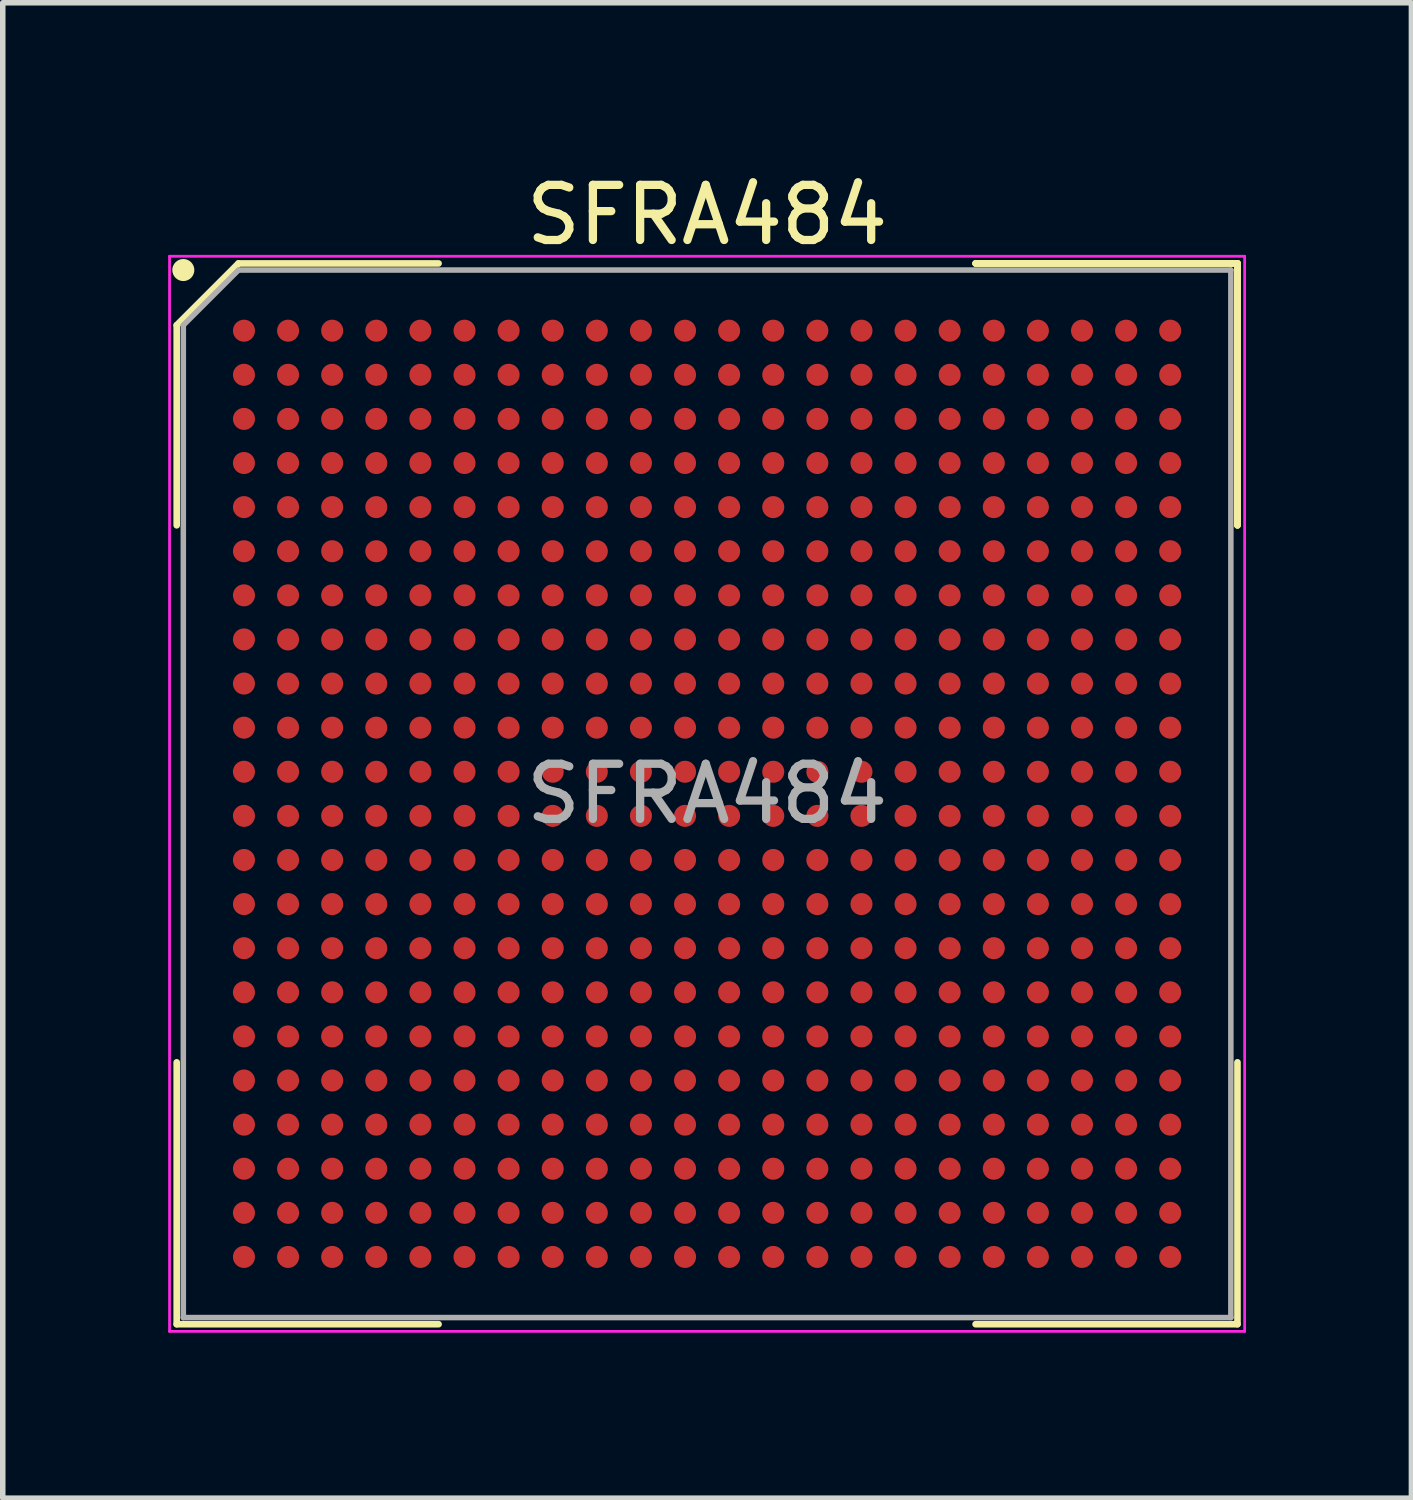
<source format=kicad_pcb>
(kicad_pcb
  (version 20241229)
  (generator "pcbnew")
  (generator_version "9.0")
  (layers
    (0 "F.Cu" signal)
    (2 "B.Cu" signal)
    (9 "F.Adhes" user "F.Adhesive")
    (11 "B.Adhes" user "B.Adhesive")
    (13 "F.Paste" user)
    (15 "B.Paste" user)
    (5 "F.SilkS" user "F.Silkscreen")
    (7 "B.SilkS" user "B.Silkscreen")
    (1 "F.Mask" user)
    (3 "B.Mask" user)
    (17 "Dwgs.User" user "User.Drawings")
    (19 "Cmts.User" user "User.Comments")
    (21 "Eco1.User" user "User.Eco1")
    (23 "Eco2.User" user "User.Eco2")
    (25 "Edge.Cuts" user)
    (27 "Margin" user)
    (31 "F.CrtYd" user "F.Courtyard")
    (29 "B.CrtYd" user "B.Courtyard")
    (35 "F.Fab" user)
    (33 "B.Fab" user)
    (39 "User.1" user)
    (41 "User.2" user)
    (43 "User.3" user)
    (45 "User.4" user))
  (footprint "SFRA484"
    (layer "F.Cu")
    (at 9.775 11.348)
    (property "Reference" "SFRA484" (at 0 -10.5 0) (layer "F.SilkS") (effects (font (size 1 1) (thickness 0.15))))
    (attr smd)
    (fp_line (start -9.62 -8.5) (end -9.62 -4.87) (stroke (width 0.12) (type solid)) (layer "F.SilkS"))
    (fp_line (start -9.62 9.62) (end -9.62 4.87) (stroke (width 0.12) (type solid)) (layer "F.SilkS"))
    (fp_line (start -8.5 -9.62) (end -9.62 -8.5) (stroke (width 0.12) (type solid)) (layer "F.SilkS"))
    (fp_line (start -4.87 -9.62) (end -8.5 -9.62) (stroke (width 0.12) (type solid)) (layer "F.SilkS"))
    (fp_line (start -4.87 9.62) (end -9.62 9.62) (stroke (width 0.12) (type solid)) (layer "F.SilkS"))
    (fp_line (start 4.87 -9.62) (end 9.62 -9.62) (stroke (width 0.12) (type solid)) (layer "F.SilkS"))
    (fp_line (start 4.87 -9.62) (end 9.62 -9.62) (stroke (width 0.12) (type solid)) (layer "F.SilkS"))
    (fp_line (start 4.87 -9.62) (end 9.62 -9.62) (stroke (width 0.12) (type solid)) (layer "F.SilkS"))
    (fp_line (start 4.87 9.62) (end 9.62 9.62) (stroke (width 0.12) (type solid)) (layer "F.SilkS"))
    (fp_line (start 9.62 -9.62) (end 9.62 -4.87) (stroke (width 0.12) (type solid)) (layer "F.SilkS"))
    (fp_line (start 9.62 -9.62) (end 9.62 -4.87) (stroke (width 0.12) (type solid)) (layer "F.SilkS"))
    (fp_line (start 9.62 -9.62) (end 9.62 -4.87) (stroke (width 0.12) (type solid)) (layer "F.SilkS"))
    (fp_line (start 9.62 9.62) (end 9.62 4.87) (stroke (width 0.12) (type solid)) (layer "F.SilkS"))
    (fp_circle (center -9.5 -9.5) (end -9.5 -9.4) (stroke (width 0.2) (type solid)) (fill no) (layer "F.SilkS"))
    (fp_line (start -9.75 -9.75) (end 9.75 -9.75) (stroke (width 0.05) (type solid)) (layer "F.CrtYd"))
    (fp_line (start -9.75 9.75) (end -9.75 -9.75) (stroke (width 0.05) (type solid)) (layer "F.CrtYd"))
    (fp_line (start 9.75 -9.75) (end 9.75 9.75) (stroke (width 0.05) (type solid)) (layer "F.CrtYd"))
    (fp_line (start 9.75 9.75) (end -9.75 9.75) (stroke (width 0.05) (type solid)) (layer "F.CrtYd"))
    (fp_line (start -9.5 -8.5) (end -9.5 9.5) (stroke (width 0.1) (type solid)) (layer "F.Fab"))
    (fp_line (start -9.5 9.5) (end 9.5 9.5) (stroke (width 0.1) (type solid)) (layer "F.Fab"))
    (fp_line (start -8.5 -9.5) (end -9.5 -8.5) (stroke (width 0.1) (type solid)) (layer "F.Fab"))
    (fp_line (start 9.5 -9.5) (end -8.5 -9.5) (stroke (width 0.1) (type solid)) (layer "F.Fab"))
    (fp_line (start 9.5 9.5) (end 9.5 -9.5) (stroke (width 0.1) (type solid)) (layer "F.Fab"))
    (fp_text user "${REFERENCE}" (at 0 0 0) (layer "F.Fab") (effects (font (size 1 1) (thickness 0.15))))
    (pad "A1" smd circle (at -8.4 -8.4) (size 0.4 0.4) (layers "F.Cu" "F.Mask" "F.Paste"))
    (pad "A2" smd circle (at -7.6 -8.4) (size 0.4 0.4) (layers "F.Cu" "F.Mask" "F.Paste"))
    (pad "A3" smd circle (at -6.8 -8.4) (size 0.4 0.4) (layers "F.Cu" "F.Mask" "F.Paste"))
    (pad "A4" smd circle (at -6 -8.4) (size 0.4 0.4) (layers "F.Cu" "F.Mask" "F.Paste"))
    (pad "A5" smd circle (at -5.2 -8.4) (size 0.4 0.4) (layers "F.Cu" "F.Mask" "F.Paste"))
    (pad "A6" smd circle (at -4.4 -8.4) (size 0.4 0.4) (layers "F.Cu" "F.Mask" "F.Paste"))
    (pad "A7" smd circle (at -3.6 -8.4) (size 0.4 0.4) (layers "F.Cu" "F.Mask" "F.Paste"))
    (pad "A8" smd circle (at -2.8 -8.4) (size 0.4 0.4) (layers "F.Cu" "F.Mask" "F.Paste"))
    (pad "A9" smd circle (at -2 -8.4) (size 0.4 0.4) (layers "F.Cu" "F.Mask" "F.Paste"))
    (pad "A10" smd circle (at -1.2 -8.4) (size 0.4 0.4) (layers "F.Cu" "F.Mask" "F.Paste"))
    (pad "A11" smd circle (at -0.4 -8.4) (size 0.4 0.4) (layers "F.Cu" "F.Mask" "F.Paste"))
    (pad "A12" smd circle (at 0.4 -8.4) (size 0.4 0.4) (layers "F.Cu" "F.Mask" "F.Paste"))
    (pad "A13" smd circle (at 1.2 -8.4) (size 0.4 0.4) (layers "F.Cu" "F.Mask" "F.Paste"))
    (pad "A14" smd circle (at 2 -8.4) (size 0.4 0.4) (layers "F.Cu" "F.Mask" "F.Paste"))
    (pad "A15" smd circle (at 2.8 -8.4) (size 0.4 0.4) (layers "F.Cu" "F.Mask" "F.Paste"))
    (pad "A16" smd circle (at 3.6 -8.4) (size 0.4 0.4) (layers "F.Cu" "F.Mask" "F.Paste"))
    (pad "A17" smd circle (at 4.4 -8.4) (size 0.4 0.4) (layers "F.Cu" "F.Mask" "F.Paste"))
    (pad "A18" smd circle (at 5.2 -8.4) (size 0.4 0.4) (layers "F.Cu" "F.Mask" "F.Paste"))
    (pad "A19" smd circle (at 6 -8.4) (size 0.4 0.4) (layers "F.Cu" "F.Mask" "F.Paste"))
    (pad "A20" smd circle (at 6.8 -8.4) (size 0.4 0.4) (layers "F.Cu" "F.Mask" "F.Paste"))
    (pad "A21" smd circle (at 7.6 -8.4) (size 0.4 0.4) (layers "F.Cu" "F.Mask" "F.Paste"))
    (pad "A22" smd circle (at 8.4 -8.4) (size 0.4 0.4) (layers "F.Cu" "F.Mask" "F.Paste"))
    (pad "AA1" smd circle (at -8.4 7.6) (size 0.4 0.4) (layers "F.Cu" "F.Mask" "F.Paste"))
    (pad "AA2" smd circle (at -7.6 7.6) (size 0.4 0.4) (layers "F.Cu" "F.Mask" "F.Paste"))
    (pad "AA3" smd circle (at -6.8 7.6) (size 0.4 0.4) (layers "F.Cu" "F.Mask" "F.Paste"))
    (pad "AA4" smd circle (at -6 7.6) (size 0.4 0.4) (layers "F.Cu" "F.Mask" "F.Paste"))
    (pad "AA5" smd circle (at -5.2 7.6) (size 0.4 0.4) (layers "F.Cu" "F.Mask" "F.Paste"))
    (pad "AA6" smd circle (at -4.4 7.6) (size 0.4 0.4) (layers "F.Cu" "F.Mask" "F.Paste"))
    (pad "AA7" smd circle (at -3.6 7.6) (size 0.4 0.4) (layers "F.Cu" "F.Mask" "F.Paste"))
    (pad "AA8" smd circle (at -2.8 7.6) (size 0.4 0.4) (layers "F.Cu" "F.Mask" "F.Paste"))
    (pad "AA9" smd circle (at -2 7.6) (size 0.4 0.4) (layers "F.Cu" "F.Mask" "F.Paste"))
    (pad "AA10" smd circle (at -1.2 7.6) (size 0.4 0.4) (layers "F.Cu" "F.Mask" "F.Paste"))
    (pad "AA11" smd circle (at -0.4 7.6) (size 0.4 0.4) (layers "F.Cu" "F.Mask" "F.Paste"))
    (pad "AA12" smd circle (at 0.4 7.6) (size 0.4 0.4) (layers "F.Cu" "F.Mask" "F.Paste"))
    (pad "AA13" smd circle (at 1.2 7.6) (size 0.4 0.4) (layers "F.Cu" "F.Mask" "F.Paste"))
    (pad "AA14" smd circle (at 2 7.6) (size 0.4 0.4) (layers "F.Cu" "F.Mask" "F.Paste"))
    (pad "AA15" smd circle (at 2.8 7.6) (size 0.4 0.4) (layers "F.Cu" "F.Mask" "F.Paste"))
    (pad "AA16" smd circle (at 3.6 7.6) (size 0.4 0.4) (layers "F.Cu" "F.Mask" "F.Paste"))
    (pad "AA17" smd circle (at 4.4 7.6) (size 0.4 0.4) (layers "F.Cu" "F.Mask" "F.Paste"))
    (pad "AA18" smd circle (at 5.2 7.6) (size 0.4 0.4) (layers "F.Cu" "F.Mask" "F.Paste"))
    (pad "AA19" smd circle (at 6 7.6) (size 0.4 0.4) (layers "F.Cu" "F.Mask" "F.Paste"))
    (pad "AA20" smd circle (at 6.8 7.6) (size 0.4 0.4) (layers "F.Cu" "F.Mask" "F.Paste"))
    (pad "AA21" smd circle (at 7.6 7.6) (size 0.4 0.4) (layers "F.Cu" "F.Mask" "F.Paste"))
    (pad "AA22" smd circle (at 8.4 7.6) (size 0.4 0.4) (layers "F.Cu" "F.Mask" "F.Paste"))
    (pad "AB1" smd circle (at -8.4 8.4) (size 0.4 0.4) (layers "F.Cu" "F.Mask" "F.Paste"))
    (pad "AB2" smd circle (at -7.6 8.4) (size 0.4 0.4) (layers "F.Cu" "F.Mask" "F.Paste"))
    (pad "AB3" smd circle (at -6.8 8.4) (size 0.4 0.4) (layers "F.Cu" "F.Mask" "F.Paste"))
    (pad "AB4" smd circle (at -6 8.4) (size 0.4 0.4) (layers "F.Cu" "F.Mask" "F.Paste"))
    (pad "AB5" smd circle (at -5.2 8.4) (size 0.4 0.4) (layers "F.Cu" "F.Mask" "F.Paste"))
    (pad "AB6" smd circle (at -4.4 8.4) (size 0.4 0.4) (layers "F.Cu" "F.Mask" "F.Paste"))
    (pad "AB7" smd circle (at -3.6 8.4) (size 0.4 0.4) (layers "F.Cu" "F.Mask" "F.Paste"))
    (pad "AB8" smd circle (at -2.8 8.4) (size 0.4 0.4) (layers "F.Cu" "F.Mask" "F.Paste"))
    (pad "AB9" smd circle (at -2 8.4) (size 0.4 0.4) (layers "F.Cu" "F.Mask" "F.Paste"))
    (pad "AB10" smd circle (at -1.2 8.4) (size 0.4 0.4) (layers "F.Cu" "F.Mask" "F.Paste"))
    (pad "AB11" smd circle (at -0.4 8.4) (size 0.4 0.4) (layers "F.Cu" "F.Mask" "F.Paste"))
    (pad "AB12" smd circle (at 0.4 8.4) (size 0.4 0.4) (layers "F.Cu" "F.Mask" "F.Paste"))
    (pad "AB13" smd circle (at 1.2 8.4) (size 0.4 0.4) (layers "F.Cu" "F.Mask" "F.Paste"))
    (pad "AB14" smd circle (at 2 8.4) (size 0.4 0.4) (layers "F.Cu" "F.Mask" "F.Paste"))
    (pad "AB15" smd circle (at 2.8 8.4) (size 0.4 0.4) (layers "F.Cu" "F.Mask" "F.Paste"))
    (pad "AB16" smd circle (at 3.6 8.4) (size 0.4 0.4) (layers "F.Cu" "F.Mask" "F.Paste"))
    (pad "AB17" smd circle (at 4.4 8.4) (size 0.4 0.4) (layers "F.Cu" "F.Mask" "F.Paste"))
    (pad "AB18" smd circle (at 5.2 8.4) (size 0.4 0.4) (layers "F.Cu" "F.Mask" "F.Paste"))
    (pad "AB19" smd circle (at 6 8.4) (size 0.4 0.4) (layers "F.Cu" "F.Mask" "F.Paste"))
    (pad "AB20" smd circle (at 6.8 8.4) (size 0.4 0.4) (layers "F.Cu" "F.Mask" "F.Paste"))
    (pad "AB21" smd circle (at 7.6 8.4) (size 0.4 0.4) (layers "F.Cu" "F.Mask" "F.Paste"))
    (pad "AB22" smd circle (at 8.4 8.4) (size 0.4 0.4) (layers "F.Cu" "F.Mask" "F.Paste"))
    (pad "B1" smd circle (at -8.4 -7.6) (size 0.4 0.4) (layers "F.Cu" "F.Mask" "F.Paste"))
    (pad "B2" smd circle (at -7.6 -7.6) (size 0.4 0.4) (layers "F.Cu" "F.Mask" "F.Paste"))
    (pad "B3" smd circle (at -6.8 -7.6) (size 0.4 0.4) (layers "F.Cu" "F.Mask" "F.Paste"))
    (pad "B4" smd circle (at -6 -7.6) (size 0.4 0.4) (layers "F.Cu" "F.Mask" "F.Paste"))
    (pad "B5" smd circle (at -5.2 -7.6) (size 0.4 0.4) (layers "F.Cu" "F.Mask" "F.Paste"))
    (pad "B6" smd circle (at -4.4 -7.6) (size 0.4 0.4) (layers "F.Cu" "F.Mask" "F.Paste"))
    (pad "B7" smd circle (at -3.6 -7.6) (size 0.4 0.4) (layers "F.Cu" "F.Mask" "F.Paste"))
    (pad "B8" smd circle (at -2.8 -7.6) (size 0.4 0.4) (layers "F.Cu" "F.Mask" "F.Paste"))
    (pad "B9" smd circle (at -2 -7.6) (size 0.4 0.4) (layers "F.Cu" "F.Mask" "F.Paste"))
    (pad "B10" smd circle (at -1.2 -7.6) (size 0.4 0.4) (layers "F.Cu" "F.Mask" "F.Paste"))
    (pad "B11" smd circle (at -0.4 -7.6) (size 0.4 0.4) (layers "F.Cu" "F.Mask" "F.Paste"))
    (pad "B12" smd circle (at 0.4 -7.6) (size 0.4 0.4) (layers "F.Cu" "F.Mask" "F.Paste"))
    (pad "B13" smd circle (at 1.2 -7.6) (size 0.4 0.4) (layers "F.Cu" "F.Mask" "F.Paste"))
    (pad "B14" smd circle (at 2 -7.6) (size 0.4 0.4) (layers "F.Cu" "F.Mask" "F.Paste"))
    (pad "B15" smd circle (at 2.8 -7.6) (size 0.4 0.4) (layers "F.Cu" "F.Mask" "F.Paste"))
    (pad "B16" smd circle (at 3.6 -7.6) (size 0.4 0.4) (layers "F.Cu" "F.Mask" "F.Paste"))
    (pad "B17" smd circle (at 4.4 -7.6) (size 0.4 0.4) (layers "F.Cu" "F.Mask" "F.Paste"))
    (pad "B18" smd circle (at 5.2 -7.6) (size 0.4 0.4) (layers "F.Cu" "F.Mask" "F.Paste"))
    (pad "B19" smd circle (at 6 -7.6) (size 0.4 0.4) (layers "F.Cu" "F.Mask" "F.Paste"))
    (pad "B20" smd circle (at 6.8 -7.6) (size 0.4 0.4) (layers "F.Cu" "F.Mask" "F.Paste"))
    (pad "B21" smd circle (at 7.6 -7.6) (size 0.4 0.4) (layers "F.Cu" "F.Mask" "F.Paste"))
    (pad "B22" smd circle (at 8.4 -7.6) (size 0.4 0.4) (layers "F.Cu" "F.Mask" "F.Paste"))
    (pad "C1" smd circle (at -8.4 -6.8) (size 0.4 0.4) (layers "F.Cu" "F.Mask" "F.Paste"))
    (pad "C2" smd circle (at -7.6 -6.8) (size 0.4 0.4) (layers "F.Cu" "F.Mask" "F.Paste"))
    (pad "C3" smd circle (at -6.8 -6.8) (size 0.4 0.4) (layers "F.Cu" "F.Mask" "F.Paste"))
    (pad "C4" smd circle (at -6 -6.8) (size 0.4 0.4) (layers "F.Cu" "F.Mask" "F.Paste"))
    (pad "C5" smd circle (at -5.2 -6.8) (size 0.4 0.4) (layers "F.Cu" "F.Mask" "F.Paste"))
    (pad "C6" smd circle (at -4.4 -6.8) (size 0.4 0.4) (layers "F.Cu" "F.Mask" "F.Paste"))
    (pad "C7" smd circle (at -3.6 -6.8) (size 0.4 0.4) (layers "F.Cu" "F.Mask" "F.Paste"))
    (pad "C8" smd circle (at -2.8 -6.8) (size 0.4 0.4) (layers "F.Cu" "F.Mask" "F.Paste"))
    (pad "C9" smd circle (at -2 -6.8) (size 0.4 0.4) (layers "F.Cu" "F.Mask" "F.Paste"))
    (pad "C10" smd circle (at -1.2 -6.8) (size 0.4 0.4) (layers "F.Cu" "F.Mask" "F.Paste"))
    (pad "C11" smd circle (at -0.4 -6.8) (size 0.4 0.4) (layers "F.Cu" "F.Mask" "F.Paste"))
    (pad "C12" smd circle (at 0.4 -6.8) (size 0.4 0.4) (layers "F.Cu" "F.Mask" "F.Paste"))
    (pad "C13" smd circle (at 1.2 -6.8) (size 0.4 0.4) (layers "F.Cu" "F.Mask" "F.Paste"))
    (pad "C14" smd circle (at 2 -6.8) (size 0.4 0.4) (layers "F.Cu" "F.Mask" "F.Paste"))
    (pad "C15" smd circle (at 2.8 -6.8) (size 0.4 0.4) (layers "F.Cu" "F.Mask" "F.Paste"))
    (pad "C16" smd circle (at 3.6 -6.8) (size 0.4 0.4) (layers "F.Cu" "F.Mask" "F.Paste"))
    (pad "C17" smd circle (at 4.4 -6.8) (size 0.4 0.4) (layers "F.Cu" "F.Mask" "F.Paste"))
    (pad "C18" smd circle (at 5.2 -6.8) (size 0.4 0.4) (layers "F.Cu" "F.Mask" "F.Paste"))
    (pad "C19" smd circle (at 6 -6.8) (size 0.4 0.4) (layers "F.Cu" "F.Mask" "F.Paste"))
    (pad "C20" smd circle (at 6.8 -6.8) (size 0.4 0.4) (layers "F.Cu" "F.Mask" "F.Paste"))
    (pad "C21" smd circle (at 7.6 -6.8) (size 0.4 0.4) (layers "F.Cu" "F.Mask" "F.Paste"))
    (pad "C22" smd circle (at 8.4 -6.8) (size 0.4 0.4) (layers "F.Cu" "F.Mask" "F.Paste"))
    (pad "D1" smd circle (at -8.4 -6) (size 0.4 0.4) (layers "F.Cu" "F.Mask" "F.Paste"))
    (pad "D2" smd circle (at -7.6 -6) (size 0.4 0.4) (layers "F.Cu" "F.Mask" "F.Paste"))
    (pad "D3" smd circle (at -6.8 -6) (size 0.4 0.4) (layers "F.Cu" "F.Mask" "F.Paste"))
    (pad "D4" smd circle (at -6 -6) (size 0.4 0.4) (layers "F.Cu" "F.Mask" "F.Paste"))
    (pad "D5" smd circle (at -5.2 -6) (size 0.4 0.4) (layers "F.Cu" "F.Mask" "F.Paste"))
    (pad "D6" smd circle (at -4.4 -6) (size 0.4 0.4) (layers "F.Cu" "F.Mask" "F.Paste"))
    (pad "D7" smd circle (at -3.6 -6) (size 0.4 0.4) (layers "F.Cu" "F.Mask" "F.Paste"))
    (pad "D8" smd circle (at -2.8 -6) (size 0.4 0.4) (layers "F.Cu" "F.Mask" "F.Paste"))
    (pad "D9" smd circle (at -2 -6) (size 0.4 0.4) (layers "F.Cu" "F.Mask" "F.Paste"))
    (pad "D10" smd circle (at -1.2 -6) (size 0.4 0.4) (layers "F.Cu" "F.Mask" "F.Paste"))
    (pad "D11" smd circle (at -0.4 -6) (size 0.4 0.4) (layers "F.Cu" "F.Mask" "F.Paste"))
    (pad "D12" smd circle (at 0.4 -6) (size 0.4 0.4) (layers "F.Cu" "F.Mask" "F.Paste"))
    (pad "D13" smd circle (at 1.2 -6) (size 0.4 0.4) (layers "F.Cu" "F.Mask" "F.Paste"))
    (pad "D14" smd circle (at 2 -6) (size 0.4 0.4) (layers "F.Cu" "F.Mask" "F.Paste"))
    (pad "D15" smd circle (at 2.8 -6) (size 0.4 0.4) (layers "F.Cu" "F.Mask" "F.Paste"))
    (pad "D16" smd circle (at 3.6 -6) (size 0.4 0.4) (layers "F.Cu" "F.Mask" "F.Paste"))
    (pad "D17" smd circle (at 4.4 -6) (size 0.4 0.4) (layers "F.Cu" "F.Mask" "F.Paste"))
    (pad "D18" smd circle (at 5.2 -6) (size 0.4 0.4) (layers "F.Cu" "F.Mask" "F.Paste"))
    (pad "D19" smd circle (at 6 -6) (size 0.4 0.4) (layers "F.Cu" "F.Mask" "F.Paste"))
    (pad "D20" smd circle (at 6.8 -6) (size 0.4 0.4) (layers "F.Cu" "F.Mask" "F.Paste"))
    (pad "D21" smd circle (at 7.6 -6) (size 0.4 0.4) (layers "F.Cu" "F.Mask" "F.Paste"))
    (pad "D22" smd circle (at 8.4 -6) (size 0.4 0.4) (layers "F.Cu" "F.Mask" "F.Paste"))
    (pad "E1" smd circle (at -8.4 -5.2) (size 0.4 0.4) (layers "F.Cu" "F.Mask" "F.Paste"))
    (pad "E2" smd circle (at -7.6 -5.2) (size 0.4 0.4) (layers "F.Cu" "F.Mask" "F.Paste"))
    (pad "E3" smd circle (at -6.8 -5.2) (size 0.4 0.4) (layers "F.Cu" "F.Mask" "F.Paste"))
    (pad "E4" smd circle (at -6 -5.2) (size 0.4 0.4) (layers "F.Cu" "F.Mask" "F.Paste"))
    (pad "E5" smd circle (at -5.2 -5.2) (size 0.4 0.4) (layers "F.Cu" "F.Mask" "F.Paste"))
    (pad "E6" smd circle (at -4.4 -5.2) (size 0.4 0.4) (layers "F.Cu" "F.Mask" "F.Paste"))
    (pad "E7" smd circle (at -3.6 -5.2) (size 0.4 0.4) (layers "F.Cu" "F.Mask" "F.Paste"))
    (pad "E8" smd circle (at -2.8 -5.2) (size 0.4 0.4) (layers "F.Cu" "F.Mask" "F.Paste"))
    (pad "E9" smd circle (at -2 -5.2) (size 0.4 0.4) (layers "F.Cu" "F.Mask" "F.Paste"))
    (pad "E10" smd circle (at -1.2 -5.2) (size 0.4 0.4) (layers "F.Cu" "F.Mask" "F.Paste"))
    (pad "E11" smd circle (at -0.4 -5.2) (size 0.4 0.4) (layers "F.Cu" "F.Mask" "F.Paste"))
    (pad "E12" smd circle (at 0.4 -5.2) (size 0.4 0.4) (layers "F.Cu" "F.Mask" "F.Paste"))
    (pad "E13" smd circle (at 1.2 -5.2) (size 0.4 0.4) (layers "F.Cu" "F.Mask" "F.Paste"))
    (pad "E14" smd circle (at 2 -5.2) (size 0.4 0.4) (layers "F.Cu" "F.Mask" "F.Paste"))
    (pad "E15" smd circle (at 2.8 -5.2) (size 0.4 0.4) (layers "F.Cu" "F.Mask" "F.Paste"))
    (pad "E16" smd circle (at 3.6 -5.2) (size 0.4 0.4) (layers "F.Cu" "F.Mask" "F.Paste"))
    (pad "E17" smd circle (at 4.4 -5.2) (size 0.4 0.4) (layers "F.Cu" "F.Mask" "F.Paste"))
    (pad "E18" smd circle (at 5.2 -5.2) (size 0.4 0.4) (layers "F.Cu" "F.Mask" "F.Paste"))
    (pad "E19" smd circle (at 6 -5.2) (size 0.4 0.4) (layers "F.Cu" "F.Mask" "F.Paste"))
    (pad "E20" smd circle (at 6.8 -5.2) (size 0.4 0.4) (layers "F.Cu" "F.Mask" "F.Paste"))
    (pad "E21" smd circle (at 7.6 -5.2) (size 0.4 0.4) (layers "F.Cu" "F.Mask" "F.Paste"))
    (pad "E22" smd circle (at 8.4 -5.2) (size 0.4 0.4) (layers "F.Cu" "F.Mask" "F.Paste"))
    (pad "F1" smd circle (at -8.4 -4.4) (size 0.4 0.4) (layers "F.Cu" "F.Mask" "F.Paste"))
    (pad "F2" smd circle (at -7.6 -4.4) (size 0.4 0.4) (layers "F.Cu" "F.Mask" "F.Paste"))
    (pad "F3" smd circle (at -6.8 -4.4) (size 0.4 0.4) (layers "F.Cu" "F.Mask" "F.Paste"))
    (pad "F4" smd circle (at -6 -4.4) (size 0.4 0.4) (layers "F.Cu" "F.Mask" "F.Paste"))
    (pad "F5" smd circle (at -5.2 -4.4) (size 0.4 0.4) (layers "F.Cu" "F.Mask" "F.Paste"))
    (pad "F6" smd circle (at -4.4 -4.4) (size 0.4 0.4) (layers "F.Cu" "F.Mask" "F.Paste"))
    (pad "F7" smd circle (at -3.6 -4.4) (size 0.4 0.4) (layers "F.Cu" "F.Mask" "F.Paste"))
    (pad "F8" smd circle (at -2.8 -4.4) (size 0.4 0.4) (layers "F.Cu" "F.Mask" "F.Paste"))
    (pad "F9" smd circle (at -2 -4.4) (size 0.4 0.4) (layers "F.Cu" "F.Mask" "F.Paste"))
    (pad "F10" smd circle (at -1.2 -4.4) (size 0.4 0.4) (layers "F.Cu" "F.Mask" "F.Paste"))
    (pad "F11" smd circle (at -0.4 -4.4) (size 0.4 0.4) (layers "F.Cu" "F.Mask" "F.Paste"))
    (pad "F12" smd circle (at 0.4 -4.4) (size 0.4 0.4) (layers "F.Cu" "F.Mask" "F.Paste"))
    (pad "F13" smd circle (at 1.2 -4.4) (size 0.4 0.4) (layers "F.Cu" "F.Mask" "F.Paste"))
    (pad "F14" smd circle (at 2 -4.4) (size 0.4 0.4) (layers "F.Cu" "F.Mask" "F.Paste"))
    (pad "F15" smd circle (at 2.8 -4.4) (size 0.4 0.4) (layers "F.Cu" "F.Mask" "F.Paste"))
    (pad "F16" smd circle (at 3.6 -4.4) (size 0.4 0.4) (layers "F.Cu" "F.Mask" "F.Paste"))
    (pad "F17" smd circle (at 4.4 -4.4) (size 0.4 0.4) (layers "F.Cu" "F.Mask" "F.Paste"))
    (pad "F18" smd circle (at 5.2 -4.4) (size 0.4 0.4) (layers "F.Cu" "F.Mask" "F.Paste"))
    (pad "F19" smd circle (at 6 -4.4) (size 0.4 0.4) (layers "F.Cu" "F.Mask" "F.Paste"))
    (pad "F20" smd circle (at 6.8 -4.4) (size 0.4 0.4) (layers "F.Cu" "F.Mask" "F.Paste"))
    (pad "F21" smd circle (at 7.6 -4.4) (size 0.4 0.4) (layers "F.Cu" "F.Mask" "F.Paste"))
    (pad "F22" smd circle (at 8.4 -4.4) (size 0.4 0.4) (layers "F.Cu" "F.Mask" "F.Paste"))
    (pad "G1" smd circle (at -8.4 -3.6) (size 0.4 0.4) (layers "F.Cu" "F.Mask" "F.Paste"))
    (pad "G2" smd circle (at -7.6 -3.6) (size 0.4 0.4) (layers "F.Cu" "F.Mask" "F.Paste"))
    (pad "G3" smd circle (at -6.8 -3.6) (size 0.4 0.4) (layers "F.Cu" "F.Mask" "F.Paste"))
    (pad "G4" smd circle (at -6 -3.6) (size 0.4 0.4) (layers "F.Cu" "F.Mask" "F.Paste"))
    (pad "G5" smd circle (at -5.2 -3.6) (size 0.4 0.4) (layers "F.Cu" "F.Mask" "F.Paste"))
    (pad "G6" smd circle (at -4.4 -3.6) (size 0.4 0.4) (layers "F.Cu" "F.Mask" "F.Paste"))
    (pad "G7" smd circle (at -3.6 -3.6) (size 0.4 0.4) (layers "F.Cu" "F.Mask" "F.Paste"))
    (pad "G8" smd circle (at -2.8 -3.6) (size 0.4 0.4) (layers "F.Cu" "F.Mask" "F.Paste"))
    (pad "G9" smd circle (at -2 -3.6) (size 0.4 0.4) (layers "F.Cu" "F.Mask" "F.Paste"))
    (pad "G10" smd circle (at -1.2 -3.6) (size 0.4 0.4) (layers "F.Cu" "F.Mask" "F.Paste"))
    (pad "G11" smd circle (at -0.4 -3.6) (size 0.4 0.4) (layers "F.Cu" "F.Mask" "F.Paste"))
    (pad "G12" smd circle (at 0.4 -3.6) (size 0.4 0.4) (layers "F.Cu" "F.Mask" "F.Paste"))
    (pad "G13" smd circle (at 1.2 -3.6) (size 0.4 0.4) (layers "F.Cu" "F.Mask" "F.Paste"))
    (pad "G14" smd circle (at 2 -3.6) (size 0.4 0.4) (layers "F.Cu" "F.Mask" "F.Paste"))
    (pad "G15" smd circle (at 2.8 -3.6) (size 0.4 0.4) (layers "F.Cu" "F.Mask" "F.Paste"))
    (pad "G16" smd circle (at 3.6 -3.6) (size 0.4 0.4) (layers "F.Cu" "F.Mask" "F.Paste"))
    (pad "G17" smd circle (at 4.4 -3.6) (size 0.4 0.4) (layers "F.Cu" "F.Mask" "F.Paste"))
    (pad "G18" smd circle (at 5.2 -3.6) (size 0.4 0.4) (layers "F.Cu" "F.Mask" "F.Paste"))
    (pad "G19" smd circle (at 6 -3.6) (size 0.4 0.4) (layers "F.Cu" "F.Mask" "F.Paste"))
    (pad "G20" smd circle (at 6.8 -3.6) (size 0.4 0.4) (layers "F.Cu" "F.Mask" "F.Paste"))
    (pad "G21" smd circle (at 7.6 -3.6) (size 0.4 0.4) (layers "F.Cu" "F.Mask" "F.Paste"))
    (pad "G22" smd circle (at 8.4 -3.6) (size 0.4 0.4) (layers "F.Cu" "F.Mask" "F.Paste"))
    (pad "H1" smd circle (at -8.4 -2.8) (size 0.4 0.4) (layers "F.Cu" "F.Mask" "F.Paste"))
    (pad "H2" smd circle (at -7.6 -2.8) (size 0.4 0.4) (layers "F.Cu" "F.Mask" "F.Paste"))
    (pad "H3" smd circle (at -6.8 -2.8) (size 0.4 0.4) (layers "F.Cu" "F.Mask" "F.Paste"))
    (pad "H4" smd circle (at -6 -2.8) (size 0.4 0.4) (layers "F.Cu" "F.Mask" "F.Paste"))
    (pad "H5" smd circle (at -5.2 -2.8) (size 0.4 0.4) (layers "F.Cu" "F.Mask" "F.Paste"))
    (pad "H6" smd circle (at -4.4 -2.8) (size 0.4 0.4) (layers "F.Cu" "F.Mask" "F.Paste"))
    (pad "H7" smd circle (at -3.6 -2.8) (size 0.4 0.4) (layers "F.Cu" "F.Mask" "F.Paste"))
    (pad "H8" smd circle (at -2.8 -2.8) (size 0.4 0.4) (layers "F.Cu" "F.Mask" "F.Paste"))
    (pad "H9" smd circle (at -2 -2.8) (size 0.4 0.4) (layers "F.Cu" "F.Mask" "F.Paste"))
    (pad "H10" smd circle (at -1.2 -2.8) (size 0.4 0.4) (layers "F.Cu" "F.Mask" "F.Paste"))
    (pad "H11" smd circle (at -0.4 -2.8) (size 0.4 0.4) (layers "F.Cu" "F.Mask" "F.Paste"))
    (pad "H12" smd circle (at 0.4 -2.8) (size 0.4 0.4) (layers "F.Cu" "F.Mask" "F.Paste"))
    (pad "H13" smd circle (at 1.2 -2.8) (size 0.4 0.4) (layers "F.Cu" "F.Mask" "F.Paste"))
    (pad "H14" smd circle (at 2 -2.8) (size 0.4 0.4) (layers "F.Cu" "F.Mask" "F.Paste"))
    (pad "H15" smd circle (at 2.8 -2.8) (size 0.4 0.4) (layers "F.Cu" "F.Mask" "F.Paste"))
    (pad "H16" smd circle (at 3.6 -2.8) (size 0.4 0.4) (layers "F.Cu" "F.Mask" "F.Paste"))
    (pad "H17" smd circle (at 4.4 -2.8) (size 0.4 0.4) (layers "F.Cu" "F.Mask" "F.Paste"))
    (pad "H18" smd circle (at 5.2 -2.8) (size 0.4 0.4) (layers "F.Cu" "F.Mask" "F.Paste"))
    (pad "H19" smd circle (at 6 -2.8) (size 0.4 0.4) (layers "F.Cu" "F.Mask" "F.Paste"))
    (pad "H20" smd circle (at 6.8 -2.8) (size 0.4 0.4) (layers "F.Cu" "F.Mask" "F.Paste"))
    (pad "H21" smd circle (at 7.6 -2.8) (size 0.4 0.4) (layers "F.Cu" "F.Mask" "F.Paste"))
    (pad "H22" smd circle (at 8.4 -2.8) (size 0.4 0.4) (layers "F.Cu" "F.Mask" "F.Paste"))
    (pad "J1" smd circle (at -8.4 -2) (size 0.4 0.4) (layers "F.Cu" "F.Mask" "F.Paste"))
    (pad "J2" smd circle (at -7.6 -2) (size 0.4 0.4) (layers "F.Cu" "F.Mask" "F.Paste"))
    (pad "J3" smd circle (at -6.8 -2) (size 0.4 0.4) (layers "F.Cu" "F.Mask" "F.Paste"))
    (pad "J4" smd circle (at -6 -2) (size 0.4 0.4) (layers "F.Cu" "F.Mask" "F.Paste"))
    (pad "J5" smd circle (at -5.2 -2) (size 0.4 0.4) (layers "F.Cu" "F.Mask" "F.Paste"))
    (pad "J6" smd circle (at -4.4 -2) (size 0.4 0.4) (layers "F.Cu" "F.Mask" "F.Paste"))
    (pad "J7" smd circle (at -3.6 -2) (size 0.4 0.4) (layers "F.Cu" "F.Mask" "F.Paste"))
    (pad "J8" smd circle (at -2.8 -2) (size 0.4 0.4) (layers "F.Cu" "F.Mask" "F.Paste"))
    (pad "J9" smd circle (at -2 -2) (size 0.4 0.4) (layers "F.Cu" "F.Mask" "F.Paste"))
    (pad "J10" smd circle (at -1.2 -2) (size 0.4 0.4) (layers "F.Cu" "F.Mask" "F.Paste"))
    (pad "J11" smd circle (at -0.4 -2) (size 0.4 0.4) (layers "F.Cu" "F.Mask" "F.Paste"))
    (pad "J12" smd circle (at 0.4 -2) (size 0.4 0.4) (layers "F.Cu" "F.Mask" "F.Paste"))
    (pad "J13" smd circle (at 1.2 -2) (size 0.4 0.4) (layers "F.Cu" "F.Mask" "F.Paste"))
    (pad "J14" smd circle (at 2 -2) (size 0.4 0.4) (layers "F.Cu" "F.Mask" "F.Paste"))
    (pad "J15" smd circle (at 2.8 -2) (size 0.4 0.4) (layers "F.Cu" "F.Mask" "F.Paste"))
    (pad "J16" smd circle (at 3.6 -2) (size 0.4 0.4) (layers "F.Cu" "F.Mask" "F.Paste"))
    (pad "J17" smd circle (at 4.4 -2) (size 0.4 0.4) (layers "F.Cu" "F.Mask" "F.Paste"))
    (pad "J18" smd circle (at 5.2 -2) (size 0.4 0.4) (layers "F.Cu" "F.Mask" "F.Paste"))
    (pad "J19" smd circle (at 6 -2) (size 0.4 0.4) (layers "F.Cu" "F.Mask" "F.Paste"))
    (pad "J20" smd circle (at 6.8 -2) (size 0.4 0.4) (layers "F.Cu" "F.Mask" "F.Paste"))
    (pad "J21" smd circle (at 7.6 -2) (size 0.4 0.4) (layers "F.Cu" "F.Mask" "F.Paste"))
    (pad "J22" smd circle (at 8.4 -2) (size 0.4 0.4) (layers "F.Cu" "F.Mask" "F.Paste"))
    (pad "K1" smd circle (at -8.4 -1.2) (size 0.4 0.4) (layers "F.Cu" "F.Mask" "F.Paste"))
    (pad "K2" smd circle (at -7.6 -1.2) (size 0.4 0.4) (layers "F.Cu" "F.Mask" "F.Paste"))
    (pad "K3" smd circle (at -6.8 -1.2) (size 0.4 0.4) (layers "F.Cu" "F.Mask" "F.Paste"))
    (pad "K4" smd circle (at -6 -1.2) (size 0.4 0.4) (layers "F.Cu" "F.Mask" "F.Paste"))
    (pad "K5" smd circle (at -5.2 -1.2) (size 0.4 0.4) (layers "F.Cu" "F.Mask" "F.Paste"))
    (pad "K6" smd circle (at -4.4 -1.2) (size 0.4 0.4) (layers "F.Cu" "F.Mask" "F.Paste"))
    (pad "K7" smd circle (at -3.6 -1.2) (size 0.4 0.4) (layers "F.Cu" "F.Mask" "F.Paste"))
    (pad "K8" smd circle (at -2.8 -1.2) (size 0.4 0.4) (layers "F.Cu" "F.Mask" "F.Paste"))
    (pad "K9" smd circle (at -2 -1.2) (size 0.4 0.4) (layers "F.Cu" "F.Mask" "F.Paste"))
    (pad "K10" smd circle (at -1.2 -1.2) (size 0.4 0.4) (layers "F.Cu" "F.Mask" "F.Paste"))
    (pad "K11" smd circle (at -0.4 -1.2) (size 0.4 0.4) (layers "F.Cu" "F.Mask" "F.Paste"))
    (pad "K12" smd circle (at 0.4 -1.2) (size 0.4 0.4) (layers "F.Cu" "F.Mask" "F.Paste"))
    (pad "K13" smd circle (at 1.2 -1.2) (size 0.4 0.4) (layers "F.Cu" "F.Mask" "F.Paste"))
    (pad "K14" smd circle (at 2 -1.2) (size 0.4 0.4) (layers "F.Cu" "F.Mask" "F.Paste"))
    (pad "K15" smd circle (at 2.8 -1.2) (size 0.4 0.4) (layers "F.Cu" "F.Mask" "F.Paste"))
    (pad "K16" smd circle (at 3.6 -1.2) (size 0.4 0.4) (layers "F.Cu" "F.Mask" "F.Paste"))
    (pad "K17" smd circle (at 4.4 -1.2) (size 0.4 0.4) (layers "F.Cu" "F.Mask" "F.Paste"))
    (pad "K18" smd circle (at 5.2 -1.2) (size 0.4 0.4) (layers "F.Cu" "F.Mask" "F.Paste"))
    (pad "K19" smd circle (at 6 -1.2) (size 0.4 0.4) (layers "F.Cu" "F.Mask" "F.Paste"))
    (pad "K20" smd circle (at 6.8 -1.2) (size 0.4 0.4) (layers "F.Cu" "F.Mask" "F.Paste"))
    (pad "K21" smd circle (at 7.6 -1.2) (size 0.4 0.4) (layers "F.Cu" "F.Mask" "F.Paste"))
    (pad "K22" smd circle (at 8.4 -1.2) (size 0.4 0.4) (layers "F.Cu" "F.Mask" "F.Paste"))
    (pad "L1" smd circle (at -8.4 -0.4) (size 0.4 0.4) (layers "F.Cu" "F.Mask" "F.Paste"))
    (pad "L2" smd circle (at -7.6 -0.4) (size 0.4 0.4) (layers "F.Cu" "F.Mask" "F.Paste"))
    (pad "L3" smd circle (at -6.8 -0.4) (size 0.4 0.4) (layers "F.Cu" "F.Mask" "F.Paste"))
    (pad "L4" smd circle (at -6 -0.4) (size 0.4 0.4) (layers "F.Cu" "F.Mask" "F.Paste"))
    (pad "L5" smd circle (at -5.2 -0.4) (size 0.4 0.4) (layers "F.Cu" "F.Mask" "F.Paste"))
    (pad "L6" smd circle (at -4.4 -0.4) (size 0.4 0.4) (layers "F.Cu" "F.Mask" "F.Paste"))
    (pad "L7" smd circle (at -3.6 -0.4) (size 0.4 0.4) (layers "F.Cu" "F.Mask" "F.Paste"))
    (pad "L8" smd circle (at -2.8 -0.4) (size 0.4 0.4) (layers "F.Cu" "F.Mask" "F.Paste"))
    (pad "L9" smd circle (at -2 -0.4) (size 0.4 0.4) (layers "F.Cu" "F.Mask" "F.Paste"))
    (pad "L10" smd circle (at -1.2 -0.4) (size 0.4 0.4) (layers "F.Cu" "F.Mask" "F.Paste"))
    (pad "L11" smd circle (at -0.4 -0.4) (size 0.4 0.4) (layers "F.Cu" "F.Mask" "F.Paste"))
    (pad "L12" smd circle (at 0.4 -0.4) (size 0.4 0.4) (layers "F.Cu" "F.Mask" "F.Paste"))
    (pad "L13" smd circle (at 1.2 -0.4) (size 0.4 0.4) (layers "F.Cu" "F.Mask" "F.Paste"))
    (pad "L14" smd circle (at 2 -0.4) (size 0.4 0.4) (layers "F.Cu" "F.Mask" "F.Paste"))
    (pad "L15" smd circle (at 2.8 -0.4) (size 0.4 0.4) (layers "F.Cu" "F.Mask" "F.Paste"))
    (pad "L16" smd circle (at 3.6 -0.4) (size 0.4 0.4) (layers "F.Cu" "F.Mask" "F.Paste"))
    (pad "L17" smd circle (at 4.4 -0.4) (size 0.4 0.4) (layers "F.Cu" "F.Mask" "F.Paste"))
    (pad "L18" smd circle (at 5.2 -0.4) (size 0.4 0.4) (layers "F.Cu" "F.Mask" "F.Paste"))
    (pad "L19" smd circle (at 6 -0.4) (size 0.4 0.4) (layers "F.Cu" "F.Mask" "F.Paste"))
    (pad "L20" smd circle (at 6.8 -0.4) (size 0.4 0.4) (layers "F.Cu" "F.Mask" "F.Paste"))
    (pad "L21" smd circle (at 7.6 -0.4) (size 0.4 0.4) (layers "F.Cu" "F.Mask" "F.Paste"))
    (pad "L22" smd circle (at 8.4 -0.4) (size 0.4 0.4) (layers "F.Cu" "F.Mask" "F.Paste"))
    (pad "M1" smd circle (at -8.4 0.4) (size 0.4 0.4) (layers "F.Cu" "F.Mask" "F.Paste"))
    (pad "M2" smd circle (at -7.6 0.4) (size 0.4 0.4) (layers "F.Cu" "F.Mask" "F.Paste"))
    (pad "M3" smd circle (at -6.8 0.4) (size 0.4 0.4) (layers "F.Cu" "F.Mask" "F.Paste"))
    (pad "M4" smd circle (at -6 0.4) (size 0.4 0.4) (layers "F.Cu" "F.Mask" "F.Paste"))
    (pad "M5" smd circle (at -5.2 0.4) (size 0.4 0.4) (layers "F.Cu" "F.Mask" "F.Paste"))
    (pad "M6" smd circle (at -4.4 0.4) (size 0.4 0.4) (layers "F.Cu" "F.Mask" "F.Paste"))
    (pad "M7" smd circle (at -3.6 0.4) (size 0.4 0.4) (layers "F.Cu" "F.Mask" "F.Paste"))
    (pad "M8" smd circle (at -2.8 0.4) (size 0.4 0.4) (layers "F.Cu" "F.Mask" "F.Paste"))
    (pad "M9" smd circle (at -2 0.4) (size 0.4 0.4) (layers "F.Cu" "F.Mask" "F.Paste"))
    (pad "M10" smd circle (at -1.2 0.4) (size 0.4 0.4) (layers "F.Cu" "F.Mask" "F.Paste"))
    (pad "M11" smd circle (at -0.4 0.4) (size 0.4 0.4) (layers "F.Cu" "F.Mask" "F.Paste"))
    (pad "M12" smd circle (at 0.4 0.4) (size 0.4 0.4) (layers "F.Cu" "F.Mask" "F.Paste"))
    (pad "M13" smd circle (at 1.2 0.4) (size 0.4 0.4) (layers "F.Cu" "F.Mask" "F.Paste"))
    (pad "M14" smd circle (at 2 0.4) (size 0.4 0.4) (layers "F.Cu" "F.Mask" "F.Paste"))
    (pad "M15" smd circle (at 2.8 0.4) (size 0.4 0.4) (layers "F.Cu" "F.Mask" "F.Paste"))
    (pad "M16" smd circle (at 3.6 0.4) (size 0.4 0.4) (layers "F.Cu" "F.Mask" "F.Paste"))
    (pad "M17" smd circle (at 4.4 0.4) (size 0.4 0.4) (layers "F.Cu" "F.Mask" "F.Paste"))
    (pad "M18" smd circle (at 5.2 0.4) (size 0.4 0.4) (layers "F.Cu" "F.Mask" "F.Paste"))
    (pad "M19" smd circle (at 6 0.4) (size 0.4 0.4) (layers "F.Cu" "F.Mask" "F.Paste"))
    (pad "M20" smd circle (at 6.8 0.4) (size 0.4 0.4) (layers "F.Cu" "F.Mask" "F.Paste"))
    (pad "M21" smd circle (at 7.6 0.4) (size 0.4 0.4) (layers "F.Cu" "F.Mask" "F.Paste"))
    (pad "M22" smd circle (at 8.4 0.4) (size 0.4 0.4) (layers "F.Cu" "F.Mask" "F.Paste"))
    (pad "N1" smd circle (at -8.4 1.2) (size 0.4 0.4) (layers "F.Cu" "F.Mask" "F.Paste"))
    (pad "N2" smd circle (at -7.6 1.2) (size 0.4 0.4) (layers "F.Cu" "F.Mask" "F.Paste"))
    (pad "N3" smd circle (at -6.8 1.2) (size 0.4 0.4) (layers "F.Cu" "F.Mask" "F.Paste"))
    (pad "N4" smd circle (at -6 1.2) (size 0.4 0.4) (layers "F.Cu" "F.Mask" "F.Paste"))
    (pad "N5" smd circle (at -5.2 1.2) (size 0.4 0.4) (layers "F.Cu" "F.Mask" "F.Paste"))
    (pad "N6" smd circle (at -4.4 1.2) (size 0.4 0.4) (layers "F.Cu" "F.Mask" "F.Paste"))
    (pad "N7" smd circle (at -3.6 1.2) (size 0.4 0.4) (layers "F.Cu" "F.Mask" "F.Paste"))
    (pad "N8" smd circle (at -2.8 1.2) (size 0.4 0.4) (layers "F.Cu" "F.Mask" "F.Paste"))
    (pad "N9" smd circle (at -2 1.2) (size 0.4 0.4) (layers "F.Cu" "F.Mask" "F.Paste"))
    (pad "N10" smd circle (at -1.2 1.2) (size 0.4 0.4) (layers "F.Cu" "F.Mask" "F.Paste"))
    (pad "N11" smd circle (at -0.4 1.2) (size 0.4 0.4) (layers "F.Cu" "F.Mask" "F.Paste"))
    (pad "N12" smd circle (at 0.4 1.2) (size 0.4 0.4) (layers "F.Cu" "F.Mask" "F.Paste"))
    (pad "N13" smd circle (at 1.2 1.2) (size 0.4 0.4) (layers "F.Cu" "F.Mask" "F.Paste"))
    (pad "N14" smd circle (at 2 1.2) (size 0.4 0.4) (layers "F.Cu" "F.Mask" "F.Paste"))
    (pad "N15" smd circle (at 2.8 1.2) (size 0.4 0.4) (layers "F.Cu" "F.Mask" "F.Paste"))
    (pad "N16" smd circle (at 3.6 1.2) (size 0.4 0.4) (layers "F.Cu" "F.Mask" "F.Paste"))
    (pad "N17" smd circle (at 4.4 1.2) (size 0.4 0.4) (layers "F.Cu" "F.Mask" "F.Paste"))
    (pad "N18" smd circle (at 5.2 1.2) (size 0.4 0.4) (layers "F.Cu" "F.Mask" "F.Paste"))
    (pad "N19" smd circle (at 6 1.2) (size 0.4 0.4) (layers "F.Cu" "F.Mask" "F.Paste"))
    (pad "N20" smd circle (at 6.8 1.2) (size 0.4 0.4) (layers "F.Cu" "F.Mask" "F.Paste"))
    (pad "N21" smd circle (at 7.6 1.2) (size 0.4 0.4) (layers "F.Cu" "F.Mask" "F.Paste"))
    (pad "N22" smd circle (at 8.4 1.2) (size 0.4 0.4) (layers "F.Cu" "F.Mask" "F.Paste"))
    (pad "P1" smd circle (at -8.4 2) (size 0.4 0.4) (layers "F.Cu" "F.Mask" "F.Paste"))
    (pad "P2" smd circle (at -7.6 2) (size 0.4 0.4) (layers "F.Cu" "F.Mask" "F.Paste"))
    (pad "P3" smd circle (at -6.8 2) (size 0.4 0.4) (layers "F.Cu" "F.Mask" "F.Paste"))
    (pad "P4" smd circle (at -6 2) (size 0.4 0.4) (layers "F.Cu" "F.Mask" "F.Paste"))
    (pad "P5" smd circle (at -5.2 2) (size 0.4 0.4) (layers "F.Cu" "F.Mask" "F.Paste"))
    (pad "P6" smd circle (at -4.4 2) (size 0.4 0.4) (layers "F.Cu" "F.Mask" "F.Paste"))
    (pad "P7" smd circle (at -3.6 2) (size 0.4 0.4) (layers "F.Cu" "F.Mask" "F.Paste"))
    (pad "P8" smd circle (at -2.8 2) (size 0.4 0.4) (layers "F.Cu" "F.Mask" "F.Paste"))
    (pad "P9" smd circle (at -2 2) (size 0.4 0.4) (layers "F.Cu" "F.Mask" "F.Paste"))
    (pad "P10" smd circle (at -1.2 2) (size 0.4 0.4) (layers "F.Cu" "F.Mask" "F.Paste"))
    (pad "P11" smd circle (at -0.4 2) (size 0.4 0.4) (layers "F.Cu" "F.Mask" "F.Paste"))
    (pad "P12" smd circle (at 0.4 2) (size 0.4 0.4) (layers "F.Cu" "F.Mask" "F.Paste"))
    (pad "P13" smd circle (at 1.2 2) (size 0.4 0.4) (layers "F.Cu" "F.Mask" "F.Paste"))
    (pad "P14" smd circle (at 2 2) (size 0.4 0.4) (layers "F.Cu" "F.Mask" "F.Paste"))
    (pad "P15" smd circle (at 2.8 2) (size 0.4 0.4) (layers "F.Cu" "F.Mask" "F.Paste"))
    (pad "P16" smd circle (at 3.6 2) (size 0.4 0.4) (layers "F.Cu" "F.Mask" "F.Paste"))
    (pad "P17" smd circle (at 4.4 2) (size 0.4 0.4) (layers "F.Cu" "F.Mask" "F.Paste"))
    (pad "P18" smd circle (at 5.2 2) (size 0.4 0.4) (layers "F.Cu" "F.Mask" "F.Paste"))
    (pad "P19" smd circle (at 6 2) (size 0.4 0.4) (layers "F.Cu" "F.Mask" "F.Paste"))
    (pad "P20" smd circle (at 6.8 2) (size 0.4 0.4) (layers "F.Cu" "F.Mask" "F.Paste"))
    (pad "P21" smd circle (at 7.6 2) (size 0.4 0.4) (layers "F.Cu" "F.Mask" "F.Paste"))
    (pad "P22" smd circle (at 8.4 2) (size 0.4 0.4) (layers "F.Cu" "F.Mask" "F.Paste"))
    (pad "R1" smd circle (at -8.4 2.8) (size 0.4 0.4) (layers "F.Cu" "F.Mask" "F.Paste"))
    (pad "R2" smd circle (at -7.6 2.8) (size 0.4 0.4) (layers "F.Cu" "F.Mask" "F.Paste"))
    (pad "R3" smd circle (at -6.8 2.8) (size 0.4 0.4) (layers "F.Cu" "F.Mask" "F.Paste"))
    (pad "R4" smd circle (at -6 2.8) (size 0.4 0.4) (layers "F.Cu" "F.Mask" "F.Paste"))
    (pad "R5" smd circle (at -5.2 2.8) (size 0.4 0.4) (layers "F.Cu" "F.Mask" "F.Paste"))
    (pad "R6" smd circle (at -4.4 2.8) (size 0.4 0.4) (layers "F.Cu" "F.Mask" "F.Paste"))
    (pad "R7" smd circle (at -3.6 2.8) (size 0.4 0.4) (layers "F.Cu" "F.Mask" "F.Paste"))
    (pad "R8" smd circle (at -2.8 2.8) (size 0.4 0.4) (layers "F.Cu" "F.Mask" "F.Paste"))
    (pad "R9" smd circle (at -2 2.8) (size 0.4 0.4) (layers "F.Cu" "F.Mask" "F.Paste"))
    (pad "R10" smd circle (at -1.2 2.8) (size 0.4 0.4) (layers "F.Cu" "F.Mask" "F.Paste"))
    (pad "R11" smd circle (at -0.4 2.8) (size 0.4 0.4) (layers "F.Cu" "F.Mask" "F.Paste"))
    (pad "R12" smd circle (at 0.4 2.8) (size 0.4 0.4) (layers "F.Cu" "F.Mask" "F.Paste"))
    (pad "R13" smd circle (at 1.2 2.8) (size 0.4 0.4) (layers "F.Cu" "F.Mask" "F.Paste"))
    (pad "R14" smd circle (at 2 2.8) (size 0.4 0.4) (layers "F.Cu" "F.Mask" "F.Paste"))
    (pad "R15" smd circle (at 2.8 2.8) (size 0.4 0.4) (layers "F.Cu" "F.Mask" "F.Paste"))
    (pad "R16" smd circle (at 3.6 2.8) (size 0.4 0.4) (layers "F.Cu" "F.Mask" "F.Paste"))
    (pad "R17" smd circle (at 4.4 2.8) (size 0.4 0.4) (layers "F.Cu" "F.Mask" "F.Paste"))
    (pad "R18" smd circle (at 5.2 2.8) (size 0.4 0.4) (layers "F.Cu" "F.Mask" "F.Paste"))
    (pad "R19" smd circle (at 6 2.8) (size 0.4 0.4) (layers "F.Cu" "F.Mask" "F.Paste"))
    (pad "R20" smd circle (at 6.8 2.8) (size 0.4 0.4) (layers "F.Cu" "F.Mask" "F.Paste"))
    (pad "R21" smd circle (at 7.6 2.8) (size 0.4 0.4) (layers "F.Cu" "F.Mask" "F.Paste"))
    (pad "R22" smd circle (at 8.4 2.8) (size 0.4 0.4) (layers "F.Cu" "F.Mask" "F.Paste"))
    (pad "T1" smd circle (at -8.4 3.6) (size 0.4 0.4) (layers "F.Cu" "F.Mask" "F.Paste"))
    (pad "T2" smd circle (at -7.6 3.6) (size 0.4 0.4) (layers "F.Cu" "F.Mask" "F.Paste"))
    (pad "T3" smd circle (at -6.8 3.6) (size 0.4 0.4) (layers "F.Cu" "F.Mask" "F.Paste"))
    (pad "T4" smd circle (at -6 3.6) (size 0.4 0.4) (layers "F.Cu" "F.Mask" "F.Paste"))
    (pad "T5" smd circle (at -5.2 3.6) (size 0.4 0.4) (layers "F.Cu" "F.Mask" "F.Paste"))
    (pad "T6" smd circle (at -4.4 3.6) (size 0.4 0.4) (layers "F.Cu" "F.Mask" "F.Paste"))
    (pad "T7" smd circle (at -3.6 3.6) (size 0.4 0.4) (layers "F.Cu" "F.Mask" "F.Paste"))
    (pad "T8" smd circle (at -2.8 3.6) (size 0.4 0.4) (layers "F.Cu" "F.Mask" "F.Paste"))
    (pad "T9" smd circle (at -2 3.6) (size 0.4 0.4) (layers "F.Cu" "F.Mask" "F.Paste"))
    (pad "T10" smd circle (at -1.2 3.6) (size 0.4 0.4) (layers "F.Cu" "F.Mask" "F.Paste"))
    (pad "T11" smd circle (at -0.4 3.6) (size 0.4 0.4) (layers "F.Cu" "F.Mask" "F.Paste"))
    (pad "T12" smd circle (at 0.4 3.6) (size 0.4 0.4) (layers "F.Cu" "F.Mask" "F.Paste"))
    (pad "T13" smd circle (at 1.2 3.6) (size 0.4 0.4) (layers "F.Cu" "F.Mask" "F.Paste"))
    (pad "T14" smd circle (at 2 3.6) (size 0.4 0.4) (layers "F.Cu" "F.Mask" "F.Paste"))
    (pad "T15" smd circle (at 2.8 3.6) (size 0.4 0.4) (layers "F.Cu" "F.Mask" "F.Paste"))
    (pad "T16" smd circle (at 3.6 3.6) (size 0.4 0.4) (layers "F.Cu" "F.Mask" "F.Paste"))
    (pad "T17" smd circle (at 4.4 3.6) (size 0.4 0.4) (layers "F.Cu" "F.Mask" "F.Paste"))
    (pad "T18" smd circle (at 5.2 3.6) (size 0.4 0.4) (layers "F.Cu" "F.Mask" "F.Paste"))
    (pad "T19" smd circle (at 6 3.6) (size 0.4 0.4) (layers "F.Cu" "F.Mask" "F.Paste"))
    (pad "T20" smd circle (at 6.8 3.6) (size 0.4 0.4) (layers "F.Cu" "F.Mask" "F.Paste"))
    (pad "T21" smd circle (at 7.6 3.6) (size 0.4 0.4) (layers "F.Cu" "F.Mask" "F.Paste"))
    (pad "T22" smd circle (at 8.4 3.6) (size 0.4 0.4) (layers "F.Cu" "F.Mask" "F.Paste"))
    (pad "U1" smd circle (at -8.4 4.4) (size 0.4 0.4) (layers "F.Cu" "F.Mask" "F.Paste"))
    (pad "U2" smd circle (at -7.6 4.4) (size 0.4 0.4) (layers "F.Cu" "F.Mask" "F.Paste"))
    (pad "U3" smd circle (at -6.8 4.4) (size 0.4 0.4) (layers "F.Cu" "F.Mask" "F.Paste"))
    (pad "U4" smd circle (at -6 4.4) (size 0.4 0.4) (layers "F.Cu" "F.Mask" "F.Paste"))
    (pad "U5" smd circle (at -5.2 4.4) (size 0.4 0.4) (layers "F.Cu" "F.Mask" "F.Paste"))
    (pad "U6" smd circle (at -4.4 4.4) (size 0.4 0.4) (layers "F.Cu" "F.Mask" "F.Paste"))
    (pad "U7" smd circle (at -3.6 4.4) (size 0.4 0.4) (layers "F.Cu" "F.Mask" "F.Paste"))
    (pad "U8" smd circle (at -2.8 4.4) (size 0.4 0.4) (layers "F.Cu" "F.Mask" "F.Paste"))
    (pad "U9" smd circle (at -2 4.4) (size 0.4 0.4) (layers "F.Cu" "F.Mask" "F.Paste"))
    (pad "U10" smd circle (at -1.2 4.4) (size 0.4 0.4) (layers "F.Cu" "F.Mask" "F.Paste"))
    (pad "U11" smd circle (at -0.4 4.4) (size 0.4 0.4) (layers "F.Cu" "F.Mask" "F.Paste"))
    (pad "U12" smd circle (at 0.4 4.4) (size 0.4 0.4) (layers "F.Cu" "F.Mask" "F.Paste"))
    (pad "U13" smd circle (at 1.2 4.4) (size 0.4 0.4) (layers "F.Cu" "F.Mask" "F.Paste"))
    (pad "U14" smd circle (at 2 4.4) (size 0.4 0.4) (layers "F.Cu" "F.Mask" "F.Paste"))
    (pad "U15" smd circle (at 2.8 4.4) (size 0.4 0.4) (layers "F.Cu" "F.Mask" "F.Paste"))
    (pad "U16" smd circle (at 3.6 4.4) (size 0.4 0.4) (layers "F.Cu" "F.Mask" "F.Paste"))
    (pad "U17" smd circle (at 4.4 4.4) (size 0.4 0.4) (layers "F.Cu" "F.Mask" "F.Paste"))
    (pad "U18" smd circle (at 5.2 4.4) (size 0.4 0.4) (layers "F.Cu" "F.Mask" "F.Paste"))
    (pad "U19" smd circle (at 6 4.4) (size 0.4 0.4) (layers "F.Cu" "F.Mask" "F.Paste"))
    (pad "U20" smd circle (at 6.8 4.4) (size 0.4 0.4) (layers "F.Cu" "F.Mask" "F.Paste"))
    (pad "U21" smd circle (at 7.6 4.4) (size 0.4 0.4) (layers "F.Cu" "F.Mask" "F.Paste"))
    (pad "U22" smd circle (at 8.4 4.4) (size 0.4 0.4) (layers "F.Cu" "F.Mask" "F.Paste"))
    (pad "V1" smd circle (at -8.4 5.2) (size 0.4 0.4) (layers "F.Cu" "F.Mask" "F.Paste"))
    (pad "V2" smd circle (at -7.6 5.2) (size 0.4 0.4) (layers "F.Cu" "F.Mask" "F.Paste"))
    (pad "V3" smd circle (at -6.8 5.2) (size 0.4 0.4) (layers "F.Cu" "F.Mask" "F.Paste"))
    (pad "V4" smd circle (at -6 5.2) (size 0.4 0.4) (layers "F.Cu" "F.Mask" "F.Paste"))
    (pad "V5" smd circle (at -5.2 5.2) (size 0.4 0.4) (layers "F.Cu" "F.Mask" "F.Paste"))
    (pad "V6" smd circle (at -4.4 5.2) (size 0.4 0.4) (layers "F.Cu" "F.Mask" "F.Paste"))
    (pad "V7" smd circle (at -3.6 5.2) (size 0.4 0.4) (layers "F.Cu" "F.Mask" "F.Paste"))
    (pad "V8" smd circle (at -2.8 5.2) (size 0.4 0.4) (layers "F.Cu" "F.Mask" "F.Paste"))
    (pad "V9" smd circle (at -2 5.2) (size 0.4 0.4) (layers "F.Cu" "F.Mask" "F.Paste"))
    (pad "V10" smd circle (at -1.2 5.2) (size 0.4 0.4) (layers "F.Cu" "F.Mask" "F.Paste"))
    (pad "V11" smd circle (at -0.4 5.2) (size 0.4 0.4) (layers "F.Cu" "F.Mask" "F.Paste"))
    (pad "V12" smd circle (at 0.4 5.2) (size 0.4 0.4) (layers "F.Cu" "F.Mask" "F.Paste"))
    (pad "V13" smd circle (at 1.2 5.2) (size 0.4 0.4) (layers "F.Cu" "F.Mask" "F.Paste"))
    (pad "V14" smd circle (at 2 5.2) (size 0.4 0.4) (layers "F.Cu" "F.Mask" "F.Paste"))
    (pad "V15" smd circle (at 2.8 5.2) (size 0.4 0.4) (layers "F.Cu" "F.Mask" "F.Paste"))
    (pad "V16" smd circle (at 3.6 5.2) (size 0.4 0.4) (layers "F.Cu" "F.Mask" "F.Paste"))
    (pad "V17" smd circle (at 4.4 5.2) (size 0.4 0.4) (layers "F.Cu" "F.Mask" "F.Paste"))
    (pad "V18" smd circle (at 5.2 5.2) (size 0.4 0.4) (layers "F.Cu" "F.Mask" "F.Paste"))
    (pad "V19" smd circle (at 6 5.2) (size 0.4 0.4) (layers "F.Cu" "F.Mask" "F.Paste"))
    (pad "V20" smd circle (at 6.8 5.2) (size 0.4 0.4) (layers "F.Cu" "F.Mask" "F.Paste"))
    (pad "V21" smd circle (at 7.6 5.2) (size 0.4 0.4) (layers "F.Cu" "F.Mask" "F.Paste"))
    (pad "V22" smd circle (at 8.4 5.2) (size 0.4 0.4) (layers "F.Cu" "F.Mask" "F.Paste"))
    (pad "W1" smd circle (at -8.4 6) (size 0.4 0.4) (layers "F.Cu" "F.Mask" "F.Paste"))
    (pad "W2" smd circle (at -7.6 6) (size 0.4 0.4) (layers "F.Cu" "F.Mask" "F.Paste"))
    (pad "W3" smd circle (at -6.8 6) (size 0.4 0.4) (layers "F.Cu" "F.Mask" "F.Paste"))
    (pad "W4" smd circle (at -6 6) (size 0.4 0.4) (layers "F.Cu" "F.Mask" "F.Paste"))
    (pad "W5" smd circle (at -5.2 6) (size 0.4 0.4) (layers "F.Cu" "F.Mask" "F.Paste"))
    (pad "W6" smd circle (at -4.4 6) (size 0.4 0.4) (layers "F.Cu" "F.Mask" "F.Paste"))
    (pad "W7" smd circle (at -3.6 6) (size 0.4 0.4) (layers "F.Cu" "F.Mask" "F.Paste"))
    (pad "W8" smd circle (at -2.8 6) (size 0.4 0.4) (layers "F.Cu" "F.Mask" "F.Paste"))
    (pad "W9" smd circle (at -2 6) (size 0.4 0.4) (layers "F.Cu" "F.Mask" "F.Paste"))
    (pad "W10" smd circle (at -1.2 6) (size 0.4 0.4) (layers "F.Cu" "F.Mask" "F.Paste"))
    (pad "W11" smd circle (at -0.4 6) (size 0.4 0.4) (layers "F.Cu" "F.Mask" "F.Paste"))
    (pad "W12" smd circle (at 0.4 6) (size 0.4 0.4) (layers "F.Cu" "F.Mask" "F.Paste"))
    (pad "W13" smd circle (at 1.2 6) (size 0.4 0.4) (layers "F.Cu" "F.Mask" "F.Paste"))
    (pad "W14" smd circle (at 2 6) (size 0.4 0.4) (layers "F.Cu" "F.Mask" "F.Paste"))
    (pad "W15" smd circle (at 2.8 6) (size 0.4 0.4) (layers "F.Cu" "F.Mask" "F.Paste"))
    (pad "W16" smd circle (at 3.6 6) (size 0.4 0.4) (layers "F.Cu" "F.Mask" "F.Paste"))
    (pad "W17" smd circle (at 4.4 6) (size 0.4 0.4) (layers "F.Cu" "F.Mask" "F.Paste"))
    (pad "W18" smd circle (at 5.2 6) (size 0.4 0.4) (layers "F.Cu" "F.Mask" "F.Paste"))
    (pad "W19" smd circle (at 6 6) (size 0.4 0.4) (layers "F.Cu" "F.Mask" "F.Paste"))
    (pad "W20" smd circle (at 6.8 6) (size 0.4 0.4) (layers "F.Cu" "F.Mask" "F.Paste"))
    (pad "W21" smd circle (at 7.6 6) (size 0.4 0.4) (layers "F.Cu" "F.Mask" "F.Paste"))
    (pad "W22" smd circle (at 8.4 6) (size 0.4 0.4) (layers "F.Cu" "F.Mask" "F.Paste"))
    (pad "Y1" smd circle (at -8.4 6.8) (size 0.4 0.4) (layers "F.Cu" "F.Mask" "F.Paste"))
    (pad "Y2" smd circle (at -7.6 6.8) (size 0.4 0.4) (layers "F.Cu" "F.Mask" "F.Paste"))
    (pad "Y3" smd circle (at -6.8 6.8) (size 0.4 0.4) (layers "F.Cu" "F.Mask" "F.Paste"))
    (pad "Y4" smd circle (at -6 6.8) (size 0.4 0.4) (layers "F.Cu" "F.Mask" "F.Paste"))
    (pad "Y5" smd circle (at -5.2 6.8) (size 0.4 0.4) (layers "F.Cu" "F.Mask" "F.Paste"))
    (pad "Y6" smd circle (at -4.4 6.8) (size 0.4 0.4) (layers "F.Cu" "F.Mask" "F.Paste"))
    (pad "Y7" smd circle (at -3.6 6.8) (size 0.4 0.4) (layers "F.Cu" "F.Mask" "F.Paste"))
    (pad "Y8" smd circle (at -2.8 6.8) (size 0.4 0.4) (layers "F.Cu" "F.Mask" "F.Paste"))
    (pad "Y9" smd circle (at -2 6.8) (size 0.4 0.4) (layers "F.Cu" "F.Mask" "F.Paste"))
    (pad "Y10" smd circle (at -1.2 6.8) (size 0.4 0.4) (layers "F.Cu" "F.Mask" "F.Paste"))
    (pad "Y11" smd circle (at -0.4 6.8) (size 0.4 0.4) (layers "F.Cu" "F.Mask" "F.Paste"))
    (pad "Y12" smd circle (at 0.4 6.8) (size 0.4 0.4) (layers "F.Cu" "F.Mask" "F.Paste"))
    (pad "Y13" smd circle (at 1.2 6.8) (size 0.4 0.4) (layers "F.Cu" "F.Mask" "F.Paste"))
    (pad "Y14" smd circle (at 2 6.8) (size 0.4 0.4) (layers "F.Cu" "F.Mask" "F.Paste"))
    (pad "Y15" smd circle (at 2.8 6.8) (size 0.4 0.4) (layers "F.Cu" "F.Mask" "F.Paste"))
    (pad "Y16" smd circle (at 3.6 6.8) (size 0.4 0.4) (layers "F.Cu" "F.Mask" "F.Paste"))
    (pad "Y17" smd circle (at 4.4 6.8) (size 0.4 0.4) (layers "F.Cu" "F.Mask" "F.Paste"))
    (pad "Y18" smd circle (at 5.2 6.8) (size 0.4 0.4) (layers "F.Cu" "F.Mask" "F.Paste"))
    (pad "Y19" smd circle (at 6 6.8) (size 0.4 0.4) (layers "F.Cu" "F.Mask" "F.Paste"))
    (pad "Y20" smd circle (at 6.8 6.8) (size 0.4 0.4) (layers "F.Cu" "F.Mask" "F.Paste"))
    (pad "Y21" smd circle (at 7.6 6.8) (size 0.4 0.4) (layers "F.Cu" "F.Mask" "F.Paste"))
    (pad "Y22" smd circle (at 8.4 6.8) (size 0.4 0.4) (layers "F.Cu" "F.Mask" "F.Paste")))
  (gr_rect
    (start -3 -3)
    (end 22.55 24.123)
    (stroke (width 0.1) (type default))
    (fill no)
    (layer "Edge.Cuts")))
</source>
